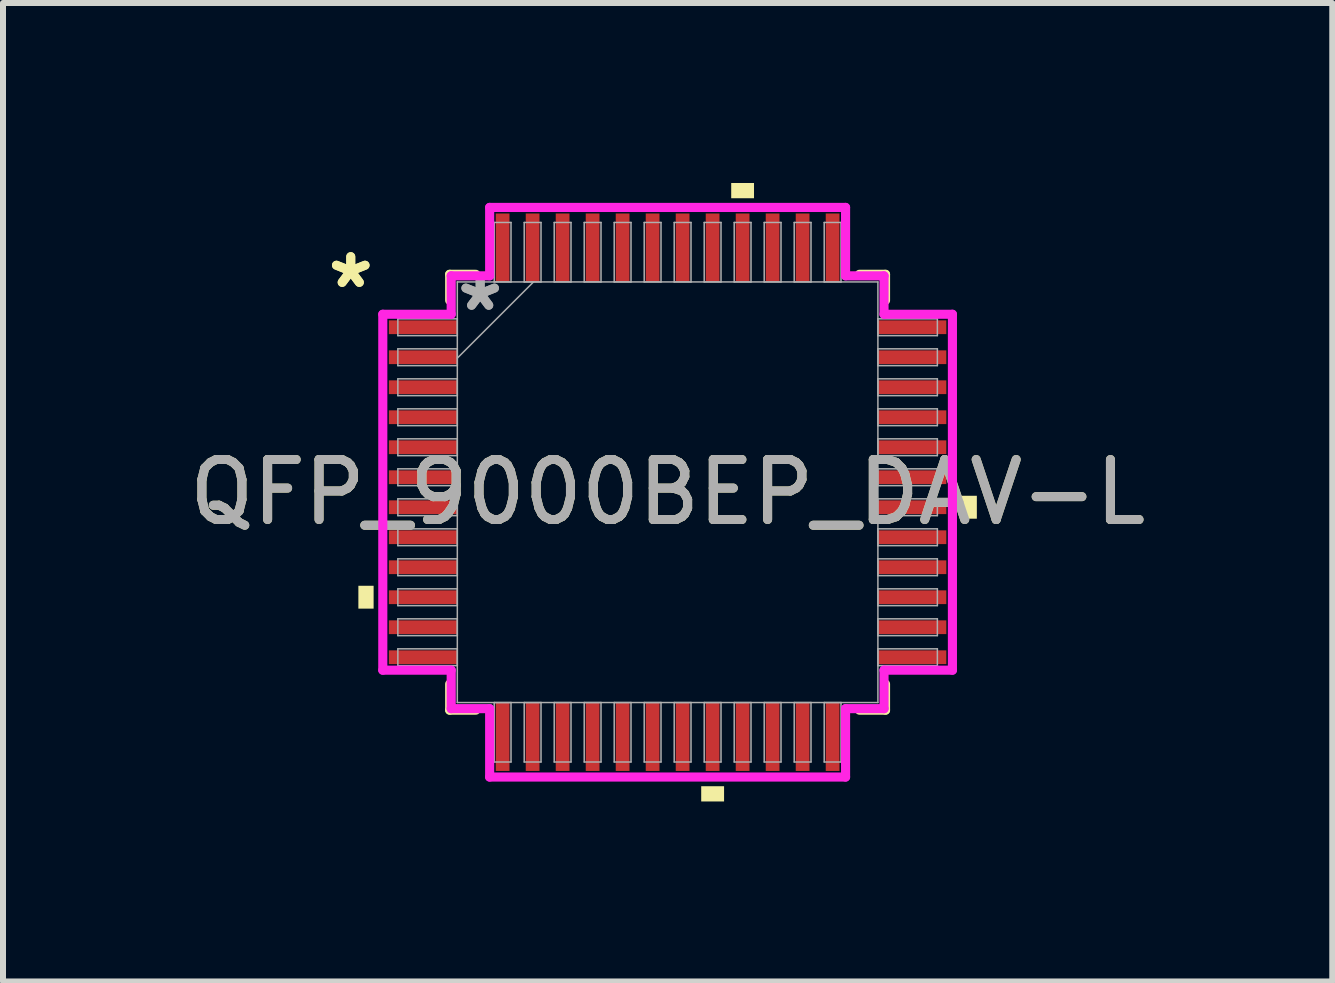
<source format=kicad_pcb>
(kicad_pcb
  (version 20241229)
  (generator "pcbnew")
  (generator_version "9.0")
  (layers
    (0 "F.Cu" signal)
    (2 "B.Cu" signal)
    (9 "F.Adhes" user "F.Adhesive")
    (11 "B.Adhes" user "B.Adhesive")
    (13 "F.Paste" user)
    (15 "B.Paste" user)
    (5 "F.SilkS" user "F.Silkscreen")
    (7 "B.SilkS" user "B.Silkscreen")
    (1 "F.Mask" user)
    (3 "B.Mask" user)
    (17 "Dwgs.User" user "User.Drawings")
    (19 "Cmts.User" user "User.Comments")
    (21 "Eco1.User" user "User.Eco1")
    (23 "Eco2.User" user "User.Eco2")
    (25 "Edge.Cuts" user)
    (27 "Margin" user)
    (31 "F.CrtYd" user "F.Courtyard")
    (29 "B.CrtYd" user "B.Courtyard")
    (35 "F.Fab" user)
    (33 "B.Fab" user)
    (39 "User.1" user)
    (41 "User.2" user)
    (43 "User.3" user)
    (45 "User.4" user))
  (footprint "QFP_9000BEP_DAV-L"
    (layer "F.Cu")
    (at 8.077 5.154)
    (property "Reference" "QFP_9000BEP_DAV-L" (at 0 0 0) (unlocked yes) (layer "F.SilkS") (effects (font (size 1 1) (thickness 0.15))))
    (attr smd)
    (fp_line (start -3.632 -3.632) (end -3.632 -3.197) (stroke (width 0.152) (type solid)) (layer "F.SilkS"))
    (fp_line (start -3.632 3.197) (end -3.632 3.632) (stroke (width 0.152) (type solid)) (layer "F.SilkS"))
    (fp_line (start -3.632 3.632) (end -3.197 3.632) (stroke (width 0.152) (type solid)) (layer "F.SilkS"))
    (fp_line (start -3.197 -3.632) (end -3.632 -3.632) (stroke (width 0.152) (type solid)) (layer "F.SilkS"))
    (fp_line (start 3.197 3.632) (end 3.632 3.632) (stroke (width 0.152) (type solid)) (layer "F.SilkS"))
    (fp_line (start 3.632 -3.632) (end 3.197 -3.632) (stroke (width 0.152) (type solid)) (layer "F.SilkS"))
    (fp_line (start 3.632 -3.197) (end 3.632 -3.632) (stroke (width 0.152) (type solid)) (layer "F.SilkS"))
    (fp_line (start 3.632 3.632) (end 3.632 3.197) (stroke (width 0.152) (type solid)) (layer "F.SilkS"))
    (fp_poly (pts (xy -5.154 1.559) (xy -5.154 1.94) (xy -4.9 1.94) (xy -4.9 1.559)) (stroke (width 0) (type solid)) (fill yes) (layer "F.SilkS"))
    (fp_poly (pts (xy 0.56 4.9) (xy 0.56 5.154) (xy 0.941 5.154) (xy 0.941 4.9)) (stroke (width 0) (type solid)) (fill yes) (layer "F.SilkS"))
    (fp_poly (pts (xy 1.06 -4.9) (xy 1.06 -5.154) (xy 1.44 -5.154) (xy 1.44 -4.9)) (stroke (width 0) (type solid)) (fill yes) (layer "F.SilkS"))
    (fp_poly (pts (xy 5.154 0.059) (xy 5.154 0.441) (xy 4.9 0.441) (xy 4.9 0.059)) (stroke (width 0) (type solid)) (fill yes) (layer "F.SilkS"))
    (fp_line (start -4.747 -2.966) (end -3.607 -2.966) (stroke (width 0.152) (type solid)) (layer "F.CrtYd"))
    (fp_line (start -4.747 2.966) (end -4.747 -2.966) (stroke (width 0.152) (type solid)) (layer "F.CrtYd"))
    (fp_line (start -3.607 -3.607) (end -2.966 -3.607) (stroke (width 0.152) (type solid)) (layer "F.CrtYd"))
    (fp_line (start -3.607 -2.966) (end -3.607 -3.607) (stroke (width 0.152) (type solid)) (layer "F.CrtYd"))
    (fp_line (start -3.607 2.966) (end -4.747 2.966) (stroke (width 0.152) (type solid)) (layer "F.CrtYd"))
    (fp_line (start -3.607 3.607) (end -3.607 2.966) (stroke (width 0.152) (type solid)) (layer "F.CrtYd"))
    (fp_line (start -3.607 3.607) (end -2.966 3.607) (stroke (width 0.152) (type solid)) (layer "F.CrtYd"))
    (fp_line (start -2.966 -4.747) (end 2.966 -4.747) (stroke (width 0.152) (type solid)) (layer "F.CrtYd"))
    (fp_line (start -2.966 -3.607) (end -2.966 -4.747) (stroke (width 0.152) (type solid)) (layer "F.CrtYd"))
    (fp_line (start -2.966 3.607) (end -2.966 4.747) (stroke (width 0.152) (type solid)) (layer "F.CrtYd"))
    (fp_line (start -2.966 4.747) (end 2.966 4.747) (stroke (width 0.152) (type solid)) (layer "F.CrtYd"))
    (fp_line (start 2.966 -4.747) (end 2.966 -3.607) (stroke (width 0.152) (type solid)) (layer "F.CrtYd"))
    (fp_line (start 2.966 -3.607) (end 3.607 -3.607) (stroke (width 0.152) (type solid)) (layer "F.CrtYd"))
    (fp_line (start 2.966 3.607) (end 3.607 3.607) (stroke (width 0.152) (type solid)) (layer "F.CrtYd"))
    (fp_line (start 2.966 4.747) (end 2.966 3.607) (stroke (width 0.152) (type solid)) (layer "F.CrtYd"))
    (fp_line (start 3.607 -2.966) (end 3.607 -3.607) (stroke (width 0.152) (type solid)) (layer "F.CrtYd"))
    (fp_line (start 3.607 2.966) (end 4.747 2.966) (stroke (width 0.152) (type solid)) (layer "F.CrtYd"))
    (fp_line (start 3.607 3.607) (end 3.607 2.966) (stroke (width 0.152) (type solid)) (layer "F.CrtYd"))
    (fp_line (start 4.747 -2.966) (end 3.607 -2.966) (stroke (width 0.152) (type solid)) (layer "F.CrtYd"))
    (fp_line (start 4.747 2.966) (end 4.747 -2.966) (stroke (width 0.152) (type solid)) (layer "F.CrtYd"))
    (fp_line (start -4.496 -2.89) (end -4.496 -2.61) (stroke (width 0.025) (type solid)) (layer "F.Fab"))
    (fp_line (start -4.496 -2.61) (end -3.505 -2.61) (stroke (width 0.025) (type solid)) (layer "F.Fab"))
    (fp_line (start -4.496 -2.39) (end -4.496 -2.11) (stroke (width 0.025) (type solid)) (layer "F.Fab"))
    (fp_line (start -4.496 -2.11) (end -3.505 -2.11) (stroke (width 0.025) (type solid)) (layer "F.Fab"))
    (fp_line (start -4.496 -1.89) (end -4.496 -1.61) (stroke (width 0.025) (type solid)) (layer "F.Fab"))
    (fp_line (start -4.496 -1.61) (end -3.505 -1.61) (stroke (width 0.025) (type solid)) (layer "F.Fab"))
    (fp_line (start -4.496 -1.39) (end -4.496 -1.11) (stroke (width 0.025) (type solid)) (layer "F.Fab"))
    (fp_line (start -4.496 -1.11) (end -3.505 -1.11) (stroke (width 0.025) (type solid)) (layer "F.Fab"))
    (fp_line (start -4.496 -0.89) (end -4.496 -0.61) (stroke (width 0.025) (type solid)) (layer "F.Fab"))
    (fp_line (start -4.496 -0.61) (end -3.505 -0.61) (stroke (width 0.025) (type solid)) (layer "F.Fab"))
    (fp_line (start -4.496 -0.39) (end -4.496 -0.11) (stroke (width 0.025) (type solid)) (layer "F.Fab"))
    (fp_line (start -4.496 -0.11) (end -3.505 -0.11) (stroke (width 0.025) (type solid)) (layer "F.Fab"))
    (fp_line (start -4.496 0.11) (end -4.496 0.39) (stroke (width 0.025) (type solid)) (layer "F.Fab"))
    (fp_line (start -4.496 0.39) (end -3.505 0.39) (stroke (width 0.025) (type solid)) (layer "F.Fab"))
    (fp_line (start -4.496 0.61) (end -4.496 0.89) (stroke (width 0.025) (type solid)) (layer "F.Fab"))
    (fp_line (start -4.496 0.89) (end -3.505 0.89) (stroke (width 0.025) (type solid)) (layer "F.Fab"))
    (fp_line (start -4.496 1.11) (end -4.496 1.39) (stroke (width 0.025) (type solid)) (layer "F.Fab"))
    (fp_line (start -4.496 1.39) (end -3.505 1.39) (stroke (width 0.025) (type solid)) (layer "F.Fab"))
    (fp_line (start -4.496 1.61) (end -4.496 1.89) (stroke (width 0.025) (type solid)) (layer "F.Fab"))
    (fp_line (start -4.496 1.89) (end -3.505 1.89) (stroke (width 0.025) (type solid)) (layer "F.Fab"))
    (fp_line (start -4.496 2.11) (end -4.496 2.39) (stroke (width 0.025) (type solid)) (layer "F.Fab"))
    (fp_line (start -4.496 2.39) (end -3.505 2.39) (stroke (width 0.025) (type solid)) (layer "F.Fab"))
    (fp_line (start -4.496 2.61) (end -4.496 2.89) (stroke (width 0.025) (type solid)) (layer "F.Fab"))
    (fp_line (start -4.496 2.89) (end -3.505 2.89) (stroke (width 0.025) (type solid)) (layer "F.Fab"))
    (fp_line (start -3.505 -3.505) (end -3.505 3.505) (stroke (width 0.025) (type solid)) (layer "F.Fab"))
    (fp_line (start -3.505 -2.89) (end -4.496 -2.89) (stroke (width 0.025) (type solid)) (layer "F.Fab"))
    (fp_line (start -3.505 -2.61) (end -3.505 -2.89) (stroke (width 0.025) (type solid)) (layer "F.Fab"))
    (fp_line (start -3.505 -2.39) (end -4.496 -2.39) (stroke (width 0.025) (type solid)) (layer "F.Fab"))
    (fp_line (start -3.505 -2.235) (end -2.235 -3.505) (stroke (width 0.025) (type solid)) (layer "F.Fab"))
    (fp_line (start -3.505 -2.11) (end -3.505 -2.39) (stroke (width 0.025) (type solid)) (layer "F.Fab"))
    (fp_line (start -3.505 -1.89) (end -4.496 -1.89) (stroke (width 0.025) (type solid)) (layer "F.Fab"))
    (fp_line (start -3.505 -1.61) (end -3.505 -1.89) (stroke (width 0.025) (type solid)) (layer "F.Fab"))
    (fp_line (start -3.505 -1.39) (end -4.496 -1.39) (stroke (width 0.025) (type solid)) (layer "F.Fab"))
    (fp_line (start -3.505 -1.11) (end -3.505 -1.39) (stroke (width 0.025) (type solid)) (layer "F.Fab"))
    (fp_line (start -3.505 -0.89) (end -4.496 -0.89) (stroke (width 0.025) (type solid)) (layer "F.Fab"))
    (fp_line (start -3.505 -0.61) (end -3.505 -0.89) (stroke (width 0.025) (type solid)) (layer "F.Fab"))
    (fp_line (start -3.505 -0.39) (end -4.496 -0.39) (stroke (width 0.025) (type solid)) (layer "F.Fab"))
    (fp_line (start -3.505 -0.11) (end -3.505 -0.39) (stroke (width 0.025) (type solid)) (layer "F.Fab"))
    (fp_line (start -3.505 0.11) (end -4.496 0.11) (stroke (width 0.025) (type solid)) (layer "F.Fab"))
    (fp_line (start -3.505 0.39) (end -3.505 0.11) (stroke (width 0.025) (type solid)) (layer "F.Fab"))
    (fp_line (start -3.505 0.61) (end -4.496 0.61) (stroke (width 0.025) (type solid)) (layer "F.Fab"))
    (fp_line (start -3.505 0.89) (end -3.505 0.61) (stroke (width 0.025) (type solid)) (layer "F.Fab"))
    (fp_line (start -3.505 1.11) (end -4.496 1.11) (stroke (width 0.025) (type solid)) (layer "F.Fab"))
    (fp_line (start -3.505 1.39) (end -3.505 1.11) (stroke (width 0.025) (type solid)) (layer "F.Fab"))
    (fp_line (start -3.505 1.61) (end -4.496 1.61) (stroke (width 0.025) (type solid)) (layer "F.Fab"))
    (fp_line (start -3.505 1.89) (end -3.505 1.61) (stroke (width 0.025) (type solid)) (layer "F.Fab"))
    (fp_line (start -3.505 2.11) (end -4.496 2.11) (stroke (width 0.025) (type solid)) (layer "F.Fab"))
    (fp_line (start -3.505 2.39) (end -3.505 2.11) (stroke (width 0.025) (type solid)) (layer "F.Fab"))
    (fp_line (start -3.505 2.61) (end -4.496 2.61) (stroke (width 0.025) (type solid)) (layer "F.Fab"))
    (fp_line (start -3.505 2.89) (end -3.505 2.61) (stroke (width 0.025) (type solid)) (layer "F.Fab"))
    (fp_line (start -3.505 3.505) (end 3.505 3.505) (stroke (width 0.025) (type solid)) (layer "F.Fab"))
    (fp_line (start -2.89 -4.496) (end -2.89 -3.505) (stroke (width 0.025) (type solid)) (layer "F.Fab"))
    (fp_line (start -2.89 -3.505) (end -2.61 -3.505) (stroke (width 0.025) (type solid)) (layer "F.Fab"))
    (fp_line (start -2.89 3.505) (end -2.89 4.496) (stroke (width 0.025) (type solid)) (layer "F.Fab"))
    (fp_line (start -2.89 4.496) (end -2.61 4.496) (stroke (width 0.025) (type solid)) (layer "F.Fab"))
    (fp_line (start -2.61 -4.496) (end -2.89 -4.496) (stroke (width 0.025) (type solid)) (layer "F.Fab"))
    (fp_line (start -2.61 -3.505) (end -2.61 -4.496) (stroke (width 0.025) (type solid)) (layer "F.Fab"))
    (fp_line (start -2.61 3.505) (end -2.89 3.505) (stroke (width 0.025) (type solid)) (layer "F.Fab"))
    (fp_line (start -2.61 4.496) (end -2.61 3.505) (stroke (width 0.025) (type solid)) (layer "F.Fab"))
    (fp_line (start -2.39 -4.496) (end -2.39 -3.505) (stroke (width 0.025) (type solid)) (layer "F.Fab"))
    (fp_line (start -2.39 -3.505) (end -2.11 -3.505) (stroke (width 0.025) (type solid)) (layer "F.Fab"))
    (fp_line (start -2.39 3.505) (end -2.39 4.496) (stroke (width 0.025) (type solid)) (layer "F.Fab"))
    (fp_line (start -2.39 4.496) (end -2.11 4.496) (stroke (width 0.025) (type solid)) (layer "F.Fab"))
    (fp_line (start -2.11 -4.496) (end -2.39 -4.496) (stroke (width 0.025) (type solid)) (layer "F.Fab"))
    (fp_line (start -2.11 -3.505) (end -2.11 -4.496) (stroke (width 0.025) (type solid)) (layer "F.Fab"))
    (fp_line (start -2.11 3.505) (end -2.39 3.505) (stroke (width 0.025) (type solid)) (layer "F.Fab"))
    (fp_line (start -2.11 4.496) (end -2.11 3.505) (stroke (width 0.025) (type solid)) (layer "F.Fab"))
    (fp_line (start -1.89 -4.496) (end -1.89 -3.505) (stroke (width 0.025) (type solid)) (layer "F.Fab"))
    (fp_line (start -1.89 -3.505) (end -1.61 -3.505) (stroke (width 0.025) (type solid)) (layer "F.Fab"))
    (fp_line (start -1.89 3.505) (end -1.89 4.496) (stroke (width 0.025) (type solid)) (layer "F.Fab"))
    (fp_line (start -1.89 4.496) (end -1.61 4.496) (stroke (width 0.025) (type solid)) (layer "F.Fab"))
    (fp_line (start -1.61 -4.496) (end -1.89 -4.496) (stroke (width 0.025) (type solid)) (layer "F.Fab"))
    (fp_line (start -1.61 -3.505) (end -1.61 -4.496) (stroke (width 0.025) (type solid)) (layer "F.Fab"))
    (fp_line (start -1.61 3.505) (end -1.89 3.505) (stroke (width 0.025) (type solid)) (layer "F.Fab"))
    (fp_line (start -1.61 4.496) (end -1.61 3.505) (stroke (width 0.025) (type solid)) (layer "F.Fab"))
    (fp_line (start -1.39 -4.496) (end -1.39 -3.505) (stroke (width 0.025) (type solid)) (layer "F.Fab"))
    (fp_line (start -1.39 -3.505) (end -1.11 -3.505) (stroke (width 0.025) (type solid)) (layer "F.Fab"))
    (fp_line (start -1.39 3.505) (end -1.39 4.496) (stroke (width 0.025) (type solid)) (layer "F.Fab"))
    (fp_line (start -1.39 4.496) (end -1.11 4.496) (stroke (width 0.025) (type solid)) (layer "F.Fab"))
    (fp_line (start -1.11 -4.496) (end -1.39 -4.496) (stroke (width 0.025) (type solid)) (layer "F.Fab"))
    (fp_line (start -1.11 -3.505) (end -1.11 -4.496) (stroke (width 0.025) (type solid)) (layer "F.Fab"))
    (fp_line (start -1.11 3.505) (end -1.39 3.505) (stroke (width 0.025) (type solid)) (layer "F.Fab"))
    (fp_line (start -1.11 4.496) (end -1.11 3.505) (stroke (width 0.025) (type solid)) (layer "F.Fab"))
    (fp_line (start -0.89 -4.496) (end -0.89 -3.505) (stroke (width 0.025) (type solid)) (layer "F.Fab"))
    (fp_line (start -0.89 -3.505) (end -0.61 -3.505) (stroke (width 0.025) (type solid)) (layer "F.Fab"))
    (fp_line (start -0.89 3.505) (end -0.89 4.496) (stroke (width 0.025) (type solid)) (layer "F.Fab"))
    (fp_line (start -0.89 4.496) (end -0.61 4.496) (stroke (width 0.025) (type solid)) (layer "F.Fab"))
    (fp_line (start -0.61 -4.496) (end -0.89 -4.496) (stroke (width 0.025) (type solid)) (layer "F.Fab"))
    (fp_line (start -0.61 -3.505) (end -0.61 -4.496) (stroke (width 0.025) (type solid)) (layer "F.Fab"))
    (fp_line (start -0.61 3.505) (end -0.89 3.505) (stroke (width 0.025) (type solid)) (layer "F.Fab"))
    (fp_line (start -0.61 4.496) (end -0.61 3.505) (stroke (width 0.025) (type solid)) (layer "F.Fab"))
    (fp_line (start -0.39 -4.496) (end -0.39 -3.505) (stroke (width 0.025) (type solid)) (layer "F.Fab"))
    (fp_line (start -0.39 -3.505) (end -0.11 -3.505) (stroke (width 0.025) (type solid)) (layer "F.Fab"))
    (fp_line (start -0.39 3.505) (end -0.39 4.496) (stroke (width 0.025) (type solid)) (layer "F.Fab"))
    (fp_line (start -0.39 4.496) (end -0.11 4.496) (stroke (width 0.025) (type solid)) (layer "F.Fab"))
    (fp_line (start -0.11 -4.496) (end -0.39 -4.496) (stroke (width 0.025) (type solid)) (layer "F.Fab"))
    (fp_line (start -0.11 -3.505) (end -0.11 -4.496) (stroke (width 0.025) (type solid)) (layer "F.Fab"))
    (fp_line (start -0.11 3.505) (end -0.39 3.505) (stroke (width 0.025) (type solid)) (layer "F.Fab"))
    (fp_line (start -0.11 4.496) (end -0.11 3.505) (stroke (width 0.025) (type solid)) (layer "F.Fab"))
    (fp_line (start 0.11 -4.496) (end 0.11 -3.505) (stroke (width 0.025) (type solid)) (layer "F.Fab"))
    (fp_line (start 0.11 -3.505) (end 0.39 -3.505) (stroke (width 0.025) (type solid)) (layer "F.Fab"))
    (fp_line (start 0.11 3.505) (end 0.11 4.496) (stroke (width 0.025) (type solid)) (layer "F.Fab"))
    (fp_line (start 0.11 4.496) (end 0.39 4.496) (stroke (width 0.025) (type solid)) (layer "F.Fab"))
    (fp_line (start 0.39 -4.496) (end 0.11 -4.496) (stroke (width 0.025) (type solid)) (layer "F.Fab"))
    (fp_line (start 0.39 -3.505) (end 0.39 -4.496) (stroke (width 0.025) (type solid)) (layer "F.Fab"))
    (fp_line (start 0.39 3.505) (end 0.11 3.505) (stroke (width 0.025) (type solid)) (layer "F.Fab"))
    (fp_line (start 0.39 4.496) (end 0.39 3.505) (stroke (width 0.025) (type solid)) (layer "F.Fab"))
    (fp_line (start 0.61 -4.496) (end 0.61 -3.505) (stroke (width 0.025) (type solid)) (layer "F.Fab"))
    (fp_line (start 0.61 -3.505) (end 0.89 -3.505) (stroke (width 0.025) (type solid)) (layer "F.Fab"))
    (fp_line (start 0.61 3.505) (end 0.61 4.496) (stroke (width 0.025) (type solid)) (layer "F.Fab"))
    (fp_line (start 0.61 4.496) (end 0.89 4.496) (stroke (width 0.025) (type solid)) (layer "F.Fab"))
    (fp_line (start 0.89 -4.496) (end 0.61 -4.496) (stroke (width 0.025) (type solid)) (layer "F.Fab"))
    (fp_line (start 0.89 -3.505) (end 0.89 -4.496) (stroke (width 0.025) (type solid)) (layer "F.Fab"))
    (fp_line (start 0.89 3.505) (end 0.61 3.505) (stroke (width 0.025) (type solid)) (layer "F.Fab"))
    (fp_line (start 0.89 4.496) (end 0.89 3.505) (stroke (width 0.025) (type solid)) (layer "F.Fab"))
    (fp_line (start 1.11 -4.496) (end 1.11 -3.505) (stroke (width 0.025) (type solid)) (layer "F.Fab"))
    (fp_line (start 1.11 -3.505) (end 1.39 -3.505) (stroke (width 0.025) (type solid)) (layer "F.Fab"))
    (fp_line (start 1.11 3.505) (end 1.11 4.496) (stroke (width 0.025) (type solid)) (layer "F.Fab"))
    (fp_line (start 1.11 4.496) (end 1.39 4.496) (stroke (width 0.025) (type solid)) (layer "F.Fab"))
    (fp_line (start 1.39 -4.496) (end 1.11 -4.496) (stroke (width 0.025) (type solid)) (layer "F.Fab"))
    (fp_line (start 1.39 -3.505) (end 1.39 -4.496) (stroke (width 0.025) (type solid)) (layer "F.Fab"))
    (fp_line (start 1.39 3.505) (end 1.11 3.505) (stroke (width 0.025) (type solid)) (layer "F.Fab"))
    (fp_line (start 1.39 4.496) (end 1.39 3.505) (stroke (width 0.025) (type solid)) (layer "F.Fab"))
    (fp_line (start 1.61 -4.496) (end 1.61 -3.505) (stroke (width 0.025) (type solid)) (layer "F.Fab"))
    (fp_line (start 1.61 -3.505) (end 1.89 -3.505) (stroke (width 0.025) (type solid)) (layer "F.Fab"))
    (fp_line (start 1.61 3.505) (end 1.61 4.496) (stroke (width 0.025) (type solid)) (layer "F.Fab"))
    (fp_line (start 1.61 4.496) (end 1.89 4.496) (stroke (width 0.025) (type solid)) (layer "F.Fab"))
    (fp_line (start 1.89 -4.496) (end 1.61 -4.496) (stroke (width 0.025) (type solid)) (layer "F.Fab"))
    (fp_line (start 1.89 -3.505) (end 1.89 -4.496) (stroke (width 0.025) (type solid)) (layer "F.Fab"))
    (fp_line (start 1.89 3.505) (end 1.61 3.505) (stroke (width 0.025) (type solid)) (layer "F.Fab"))
    (fp_line (start 1.89 4.496) (end 1.89 3.505) (stroke (width 0.025) (type solid)) (layer "F.Fab"))
    (fp_line (start 2.11 -4.496) (end 2.11 -3.505) (stroke (width 0.025) (type solid)) (layer "F.Fab"))
    (fp_line (start 2.11 -3.505) (end 2.39 -3.505) (stroke (width 0.025) (type solid)) (layer "F.Fab"))
    (fp_line (start 2.11 3.505) (end 2.11 4.496) (stroke (width 0.025) (type solid)) (layer "F.Fab"))
    (fp_line (start 2.11 4.496) (end 2.39 4.496) (stroke (width 0.025) (type solid)) (layer "F.Fab"))
    (fp_line (start 2.39 -4.496) (end 2.11 -4.496) (stroke (width 0.025) (type solid)) (layer "F.Fab"))
    (fp_line (start 2.39 -3.505) (end 2.39 -4.496) (stroke (width 0.025) (type solid)) (layer "F.Fab"))
    (fp_line (start 2.39 3.505) (end 2.11 3.505) (stroke (width 0.025) (type solid)) (layer "F.Fab"))
    (fp_line (start 2.39 4.496) (end 2.39 3.505) (stroke (width 0.025) (type solid)) (layer "F.Fab"))
    (fp_line (start 2.61 -4.496) (end 2.61 -3.505) (stroke (width 0.025) (type solid)) (layer "F.Fab"))
    (fp_line (start 2.61 -3.505) (end 2.89 -3.505) (stroke (width 0.025) (type solid)) (layer "F.Fab"))
    (fp_line (start 2.61 3.505) (end 2.61 4.496) (stroke (width 0.025) (type solid)) (layer "F.Fab"))
    (fp_line (start 2.61 4.496) (end 2.89 4.496) (stroke (width 0.025) (type solid)) (layer "F.Fab"))
    (fp_line (start 2.89 -4.496) (end 2.61 -4.496) (stroke (width 0.025) (type solid)) (layer "F.Fab"))
    (fp_line (start 2.89 -3.505) (end 2.89 -4.496) (stroke (width 0.025) (type solid)) (layer "F.Fab"))
    (fp_line (start 2.89 3.505) (end 2.61 3.505) (stroke (width 0.025) (type solid)) (layer "F.Fab"))
    (fp_line (start 2.89 4.496) (end 2.89 3.505) (stroke (width 0.025) (type solid)) (layer "F.Fab"))
    (fp_line (start 3.505 -3.505) (end -3.505 -3.505) (stroke (width 0.025) (type solid)) (layer "F.Fab"))
    (fp_line (start 3.505 -2.89) (end 3.505 -2.61) (stroke (width 0.025) (type solid)) (layer "F.Fab"))
    (fp_line (start 3.505 -2.61) (end 4.496 -2.61) (stroke (width 0.025) (type solid)) (layer "F.Fab"))
    (fp_line (start 3.505 -2.39) (end 3.505 -2.11) (stroke (width 0.025) (type solid)) (layer "F.Fab"))
    (fp_line (start 3.505 -2.11) (end 4.496 -2.11) (stroke (width 0.025) (type solid)) (layer "F.Fab"))
    (fp_line (start 3.505 -1.89) (end 3.505 -1.61) (stroke (width 0.025) (type solid)) (layer "F.Fab"))
    (fp_line (start 3.505 -1.61) (end 4.496 -1.61) (stroke (width 0.025) (type solid)) (layer "F.Fab"))
    (fp_line (start 3.505 -1.39) (end 3.505 -1.11) (stroke (width 0.025) (type solid)) (layer "F.Fab"))
    (fp_line (start 3.505 -1.11) (end 4.496 -1.11) (stroke (width 0.025) (type solid)) (layer "F.Fab"))
    (fp_line (start 3.505 -0.89) (end 3.505 -0.61) (stroke (width 0.025) (type solid)) (layer "F.Fab"))
    (fp_line (start 3.505 -0.61) (end 4.496 -0.61) (stroke (width 0.025) (type solid)) (layer "F.Fab"))
    (fp_line (start 3.505 -0.39) (end 3.505 -0.11) (stroke (width 0.025) (type solid)) (layer "F.Fab"))
    (fp_line (start 3.505 -0.11) (end 4.496 -0.11) (stroke (width 0.025) (type solid)) (layer "F.Fab"))
    (fp_line (start 3.505 0.11) (end 3.505 0.39) (stroke (width 0.025) (type solid)) (layer "F.Fab"))
    (fp_line (start 3.505 0.39) (end 4.496 0.39) (stroke (width 0.025) (type solid)) (layer "F.Fab"))
    (fp_line (start 3.505 0.61) (end 3.505 0.89) (stroke (width 0.025) (type solid)) (layer "F.Fab"))
    (fp_line (start 3.505 0.89) (end 4.496 0.89) (stroke (width 0.025) (type solid)) (layer "F.Fab"))
    (fp_line (start 3.505 1.11) (end 3.505 1.39) (stroke (width 0.025) (type solid)) (layer "F.Fab"))
    (fp_line (start 3.505 1.39) (end 4.496 1.39) (stroke (width 0.025) (type solid)) (layer "F.Fab"))
    (fp_line (start 3.505 1.61) (end 3.505 1.89) (stroke (width 0.025) (type solid)) (layer "F.Fab"))
    (fp_line (start 3.505 1.89) (end 4.496 1.89) (stroke (width 0.025) (type solid)) (layer "F.Fab"))
    (fp_line (start 3.505 2.11) (end 3.505 2.39) (stroke (width 0.025) (type solid)) (layer "F.Fab"))
    (fp_line (start 3.505 2.39) (end 4.496 2.39) (stroke (width 0.025) (type solid)) (layer "F.Fab"))
    (fp_line (start 3.505 2.61) (end 3.505 2.89) (stroke (width 0.025) (type solid)) (layer "F.Fab"))
    (fp_line (start 3.505 2.89) (end 4.496 2.89) (stroke (width 0.025) (type solid)) (layer "F.Fab"))
    (fp_line (start 3.505 3.505) (end 3.505 -3.505) (stroke (width 0.025) (type solid)) (layer "F.Fab"))
    (fp_line (start 4.496 -2.89) (end 3.505 -2.89) (stroke (width 0.025) (type solid)) (layer "F.Fab"))
    (fp_line (start 4.496 -2.61) (end 4.496 -2.89) (stroke (width 0.025) (type solid)) (layer "F.Fab"))
    (fp_line (start 4.496 -2.39) (end 3.505 -2.39) (stroke (width 0.025) (type solid)) (layer "F.Fab"))
    (fp_line (start 4.496 -2.11) (end 4.496 -2.39) (stroke (width 0.025) (type solid)) (layer "F.Fab"))
    (fp_line (start 4.496 -1.89) (end 3.505 -1.89) (stroke (width 0.025) (type solid)) (layer "F.Fab"))
    (fp_line (start 4.496 -1.61) (end 4.496 -1.89) (stroke (width 0.025) (type solid)) (layer "F.Fab"))
    (fp_line (start 4.496 -1.39) (end 3.505 -1.39) (stroke (width 0.025) (type solid)) (layer "F.Fab"))
    (fp_line (start 4.496 -1.11) (end 4.496 -1.39) (stroke (width 0.025) (type solid)) (layer "F.Fab"))
    (fp_line (start 4.496 -0.89) (end 3.505 -0.89) (stroke (width 0.025) (type solid)) (layer "F.Fab"))
    (fp_line (start 4.496 -0.61) (end 4.496 -0.89) (stroke (width 0.025) (type solid)) (layer "F.Fab"))
    (fp_line (start 4.496 -0.39) (end 3.505 -0.39) (stroke (width 0.025) (type solid)) (layer "F.Fab"))
    (fp_line (start 4.496 -0.11) (end 4.496 -0.39) (stroke (width 0.025) (type solid)) (layer "F.Fab"))
    (fp_line (start 4.496 0.11) (end 3.505 0.11) (stroke (width 0.025) (type solid)) (layer "F.Fab"))
    (fp_line (start 4.496 0.39) (end 4.496 0.11) (stroke (width 0.025) (type solid)) (layer "F.Fab"))
    (fp_line (start 4.496 0.61) (end 3.505 0.61) (stroke (width 0.025) (type solid)) (layer "F.Fab"))
    (fp_line (start 4.496 0.89) (end 4.496 0.61) (stroke (width 0.025) (type solid)) (layer "F.Fab"))
    (fp_line (start 4.496 1.11) (end 3.505 1.11) (stroke (width 0.025) (type solid)) (layer "F.Fab"))
    (fp_line (start 4.496 1.39) (end 4.496 1.11) (stroke (width 0.025) (type solid)) (layer "F.Fab"))
    (fp_line (start 4.496 1.61) (end 3.505 1.61) (stroke (width 0.025) (type solid)) (layer "F.Fab"))
    (fp_line (start 4.496 1.89) (end 4.496 1.61) (stroke (width 0.025) (type solid)) (layer "F.Fab"))
    (fp_line (start 4.496 2.11) (end 3.505 2.11) (stroke (width 0.025) (type solid)) (layer "F.Fab"))
    (fp_line (start 4.496 2.39) (end 4.496 2.11) (stroke (width 0.025) (type solid)) (layer "F.Fab"))
    (fp_line (start 4.496 2.61) (end 3.505 2.61) (stroke (width 0.025) (type solid)) (layer "F.Fab"))
    (fp_line (start 4.496 2.89) (end 4.496 2.61) (stroke (width 0.025) (type solid)) (layer "F.Fab"))
    (fp_text user "*" (at -5.281 -3.381 0) (unlocked yes) (layer "F.SilkS") (effects (font (size 1 1) (thickness 0.15))))
    (fp_text user "*" (at -5.281 -3.381 0) (layer "F.SilkS") (effects (font (size 1 1) (thickness 0.15))))
    (fp_text user "*" (at -3.124 -3 0) (layer "F.Fab") (effects (font (size 1 1) (thickness 0.15))))
    (fp_text user "${REFERENCE}" (at 0 0 0) (unlocked yes) (layer "F.Fab") (effects (font (size 1 1) (thickness 0.15))))
    (fp_text user "*" (at -3.124 -3 0) (unlocked yes) (layer "F.Fab") (effects (font (size 1 1) (thickness 0.15))))
    (pad "1" smd rect (at -4.075 -2.75 90) (size 0.229 1.141) (layers "F.Cu" "F.Mask" "F.Paste"))
    (pad "2" smd rect (at -4.075 -2.25 90) (size 0.229 1.141) (layers "F.Cu" "F.Mask" "F.Paste"))
    (pad "3" smd rect (at -4.075 -1.75 90) (size 0.229 1.141) (layers "F.Cu" "F.Mask" "F.Paste"))
    (pad "4" smd rect (at -4.075 -1.25 90) (size 0.229 1.141) (layers "F.Cu" "F.Mask" "F.Paste"))
    (pad "5" smd rect (at -4.075 -0.75 90) (size 0.229 1.141) (layers "F.Cu" "F.Mask" "F.Paste"))
    (pad "6" smd rect (at -4.075 -0.25 90) (size 0.229 1.141) (layers "F.Cu" "F.Mask" "F.Paste"))
    (pad "7" smd rect (at -4.075 0.25 90) (size 0.229 1.141) (layers "F.Cu" "F.Mask" "F.Paste"))
    (pad "8" smd rect (at -4.075 0.75 90) (size 0.229 1.141) (layers "F.Cu" "F.Mask" "F.Paste"))
    (pad "9" smd rect (at -4.075 1.25 90) (size 0.229 1.141) (layers "F.Cu" "F.Mask" "F.Paste"))
    (pad "10" smd rect (at -4.075 1.75 90) (size 0.229 1.141) (layers "F.Cu" "F.Mask" "F.Paste"))
    (pad "11" smd rect (at -4.075 2.25 90) (size 0.229 1.141) (layers "F.Cu" "F.Mask" "F.Paste"))
    (pad "12" smd rect (at -4.075 2.75 90) (size 0.229 1.141) (layers "F.Cu" "F.Mask" "F.Paste"))
    (pad "13" smd rect (at -2.75 4.075) (size 0.229 1.141) (layers "F.Cu" "F.Mask" "F.Paste"))
    (pad "14" smd rect (at -2.25 4.075) (size 0.229 1.141) (layers "F.Cu" "F.Mask" "F.Paste"))
    (pad "15" smd rect (at -1.75 4.075) (size 0.229 1.141) (layers "F.Cu" "F.Mask" "F.Paste"))
    (pad "16" smd rect (at -1.25 4.075) (size 0.229 1.141) (layers "F.Cu" "F.Mask" "F.Paste"))
    (pad "17" smd rect (at -0.75 4.075) (size 0.229 1.141) (layers "F.Cu" "F.Mask" "F.Paste"))
    (pad "18" smd rect (at -0.25 4.075) (size 0.229 1.141) (layers "F.Cu" "F.Mask" "F.Paste"))
    (pad "19" smd rect (at 0.25 4.075) (size 0.229 1.141) (layers "F.Cu" "F.Mask" "F.Paste"))
    (pad "20" smd rect (at 0.75 4.075) (size 0.229 1.141) (layers "F.Cu" "F.Mask" "F.Paste"))
    (pad "21" smd rect (at 1.25 4.075) (size 0.229 1.141) (layers "F.Cu" "F.Mask" "F.Paste"))
    (pad "22" smd rect (at 1.75 4.075) (size 0.229 1.141) (layers "F.Cu" "F.Mask" "F.Paste"))
    (pad "23" smd rect (at 2.25 4.075) (size 0.229 1.141) (layers "F.Cu" "F.Mask" "F.Paste"))
    (pad "24" smd rect (at 2.75 4.075) (size 0.229 1.141) (layers "F.Cu" "F.Mask" "F.Paste"))
    (pad "25" smd rect (at 4.075 2.75 90) (size 0.229 1.141) (layers "F.Cu" "F.Mask" "F.Paste"))
    (pad "26" smd rect (at 4.075 2.25 90) (size 0.229 1.141) (layers "F.Cu" "F.Mask" "F.Paste"))
    (pad "27" smd rect (at 4.075 1.75 90) (size 0.229 1.141) (layers "F.Cu" "F.Mask" "F.Paste"))
    (pad "28" smd rect (at 4.075 1.25 90) (size 0.229 1.141) (layers "F.Cu" "F.Mask" "F.Paste"))
    (pad "29" smd rect (at 4.075 0.75 90) (size 0.229 1.141) (layers "F.Cu" "F.Mask" "F.Paste"))
    (pad "30" smd rect (at 4.075 0.25 90) (size 0.229 1.141) (layers "F.Cu" "F.Mask" "F.Paste"))
    (pad "31" smd rect (at 4.075 -0.25 90) (size 0.229 1.141) (layers "F.Cu" "F.Mask" "F.Paste"))
    (pad "32" smd rect (at 4.075 -0.75 90) (size 0.229 1.141) (layers "F.Cu" "F.Mask" "F.Paste"))
    (pad "33" smd rect (at 4.075 -1.25 90) (size 0.229 1.141) (layers "F.Cu" "F.Mask" "F.Paste"))
    (pad "34" smd rect (at 4.075 -1.75 90) (size 0.229 1.141) (layers "F.Cu" "F.Mask" "F.Paste"))
    (pad "35" smd rect (at 4.075 -2.25 90) (size 0.229 1.141) (layers "F.Cu" "F.Mask" "F.Paste"))
    (pad "36" smd rect (at 4.075 -2.75 90) (size 0.229 1.141) (layers "F.Cu" "F.Mask" "F.Paste"))
    (pad "37" smd rect (at 2.75 -4.075) (size 0.229 1.141) (layers "F.Cu" "F.Mask" "F.Paste"))
    (pad "38" smd rect (at 2.25 -4.075) (size 0.229 1.141) (layers "F.Cu" "F.Mask" "F.Paste"))
    (pad "39" smd rect (at 1.75 -4.075) (size 0.229 1.141) (layers "F.Cu" "F.Mask" "F.Paste"))
    (pad "40" smd rect (at 1.25 -4.075) (size 0.229 1.141) (layers "F.Cu" "F.Mask" "F.Paste"))
    (pad "41" smd rect (at 0.75 -4.075) (size 0.229 1.141) (layers "F.Cu" "F.Mask" "F.Paste"))
    (pad "42" smd rect (at 0.25 -4.075) (size 0.229 1.141) (layers "F.Cu" "F.Mask" "F.Paste"))
    (pad "43" smd rect (at -0.25 -4.075) (size 0.229 1.141) (layers "F.Cu" "F.Mask" "F.Paste"))
    (pad "44" smd rect (at -0.75 -4.075) (size 0.229 1.141) (layers "F.Cu" "F.Mask" "F.Paste"))
    (pad "45" smd rect (at -1.25 -4.075) (size 0.229 1.141) (layers "F.Cu" "F.Mask" "F.Paste"))
    (pad "46" smd rect (at -1.75 -4.075) (size 0.229 1.141) (layers "F.Cu" "F.Mask" "F.Paste"))
    (pad "47" smd rect (at -2.25 -4.075) (size 0.229 1.141) (layers "F.Cu" "F.Mask" "F.Paste"))
    (pad "48" smd rect (at -2.75 -4.075) (size 0.229 1.141) (layers "F.Cu" "F.Mask" "F.Paste")))
  (gr_rect
    (start -3 -3)
    (end 19.155 13.308)
    (stroke (width 0.1) (type default))
    (fill no)
    (layer "Edge.Cuts")))
</source>
